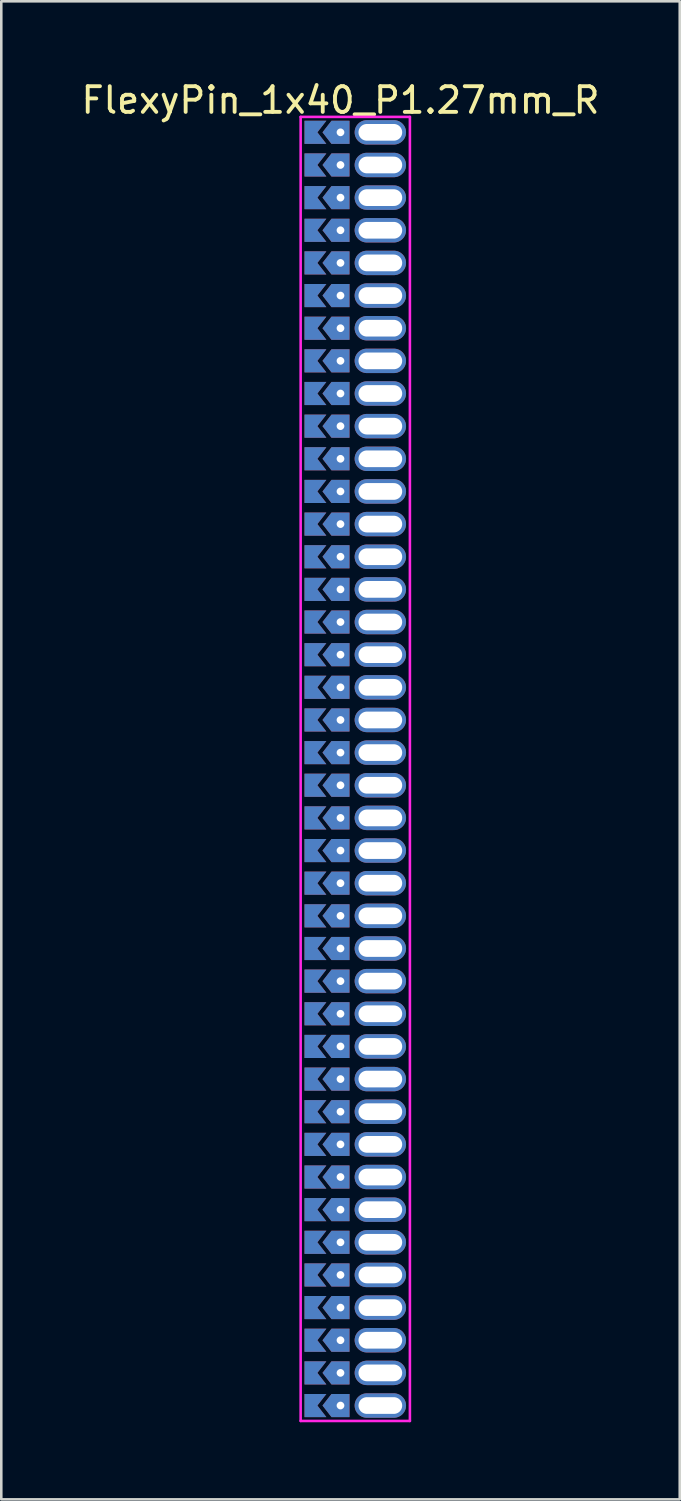
<source format=kicad_pcb>
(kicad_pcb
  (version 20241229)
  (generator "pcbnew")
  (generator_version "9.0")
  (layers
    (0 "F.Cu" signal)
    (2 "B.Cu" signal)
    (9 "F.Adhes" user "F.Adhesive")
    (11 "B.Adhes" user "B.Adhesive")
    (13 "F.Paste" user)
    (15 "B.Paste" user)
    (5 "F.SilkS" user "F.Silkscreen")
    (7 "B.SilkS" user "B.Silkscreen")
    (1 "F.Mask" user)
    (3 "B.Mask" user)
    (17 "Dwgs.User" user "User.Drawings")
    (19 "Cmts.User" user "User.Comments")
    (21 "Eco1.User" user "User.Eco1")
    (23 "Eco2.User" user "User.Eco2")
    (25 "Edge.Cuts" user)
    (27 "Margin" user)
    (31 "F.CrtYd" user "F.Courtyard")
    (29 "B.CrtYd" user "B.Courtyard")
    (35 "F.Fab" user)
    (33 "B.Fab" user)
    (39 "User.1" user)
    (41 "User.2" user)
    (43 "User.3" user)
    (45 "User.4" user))
  (footprint "FlexyPin_1x40_P1.27mm_R"
    (layer "F.Cu")
    (at 10.196 2.098)
    (property "Reference" "FlexyPin_1x40_P1.27mm_R" (at 0 -1.25 0) (layer "F.SilkS") (effects (font (size 1 1) (thickness 0.15))))
    (attr through_hole)
    (fp_line (start -1.55 -0.6) (end 2.7 -0.6) (stroke (width 0.1) (type solid)) (layer "F.CrtYd"))
    (fp_line (start -1.55 50.13) (end -1.55 -0.6) (stroke (width 0.1) (type solid)) (layer "F.CrtYd"))
    (fp_line (start 2.7 -0.6) (end 2.7 50.13) (stroke (width 0.1) (type solid)) (layer "F.CrtYd"))
    (fp_line (start 2.7 50.13) (end -1.55 50.13) (stroke (width 0.1) (type solid)) (layer "F.CrtYd"))
    (pad "" thru_hole custom (at 0 0) (size 0.3 0.3) (drill 0.6) (layers "*.Cu" "*.Mask") (options (anchor rect)) (primitives (gr_poly (pts (xy 0.35 0.45) (xy 0.35 -0.45) (xy -0.35 -0.45) (xy -0.7 0) (xy -0.35 0.45)) (width 0) (fill yes))))
    (pad "" thru_hole custom (at 0 1.27) (size 0.3 0.3) (drill 0.6) (layers "*.Cu" "*.Mask") (options (anchor rect)) (primitives (gr_poly (pts (xy 0.35 0.45) (xy 0.35 -0.45) (xy -0.35 -0.45) (xy -0.7 0) (xy -0.35 0.45)) (width 0) (fill yes))))
    (pad "" thru_hole custom (at 0 2.54) (size 0.3 0.3) (drill 0.6) (layers "*.Cu" "*.Mask") (options (anchor rect)) (primitives (gr_poly (pts (xy 0.35 0.45) (xy 0.35 -0.45) (xy -0.35 -0.45) (xy -0.7 0) (xy -0.35 0.45)) (width 0) (fill yes))))
    (pad "" thru_hole custom (at 0 3.81) (size 0.3 0.3) (drill 0.6) (layers "*.Cu" "*.Mask") (options (anchor rect)) (primitives (gr_poly (pts (xy 0.35 0.45) (xy 0.35 -0.45) (xy -0.35 -0.45) (xy -0.7 0) (xy -0.35 0.45)) (width 0) (fill yes))))
    (pad "" thru_hole custom (at 0 5.08) (size 0.3 0.3) (drill 0.6) (layers "*.Cu" "*.Mask") (options (anchor rect)) (primitives (gr_poly (pts (xy 0.35 0.45) (xy 0.35 -0.45) (xy -0.35 -0.45) (xy -0.7 0) (xy -0.35 0.45)) (width 0) (fill yes))))
    (pad "" thru_hole custom (at 0 6.35) (size 0.3 0.3) (drill 0.6) (layers "*.Cu" "*.Mask") (options (anchor rect)) (primitives (gr_poly (pts (xy 0.35 0.45) (xy 0.35 -0.45) (xy -0.35 -0.45) (xy -0.7 0) (xy -0.35 0.45)) (width 0) (fill yes))))
    (pad "" thru_hole custom (at 0 7.62) (size 0.3 0.3) (drill 0.6) (layers "*.Cu" "*.Mask") (options (anchor rect)) (primitives (gr_poly (pts (xy 0.35 0.45) (xy 0.35 -0.45) (xy -0.35 -0.45) (xy -0.7 0) (xy -0.35 0.45)) (width 0) (fill yes))))
    (pad "" thru_hole custom (at 0 8.89) (size 0.3 0.3) (drill 0.6) (layers "*.Cu" "*.Mask") (options (anchor rect)) (primitives (gr_poly (pts (xy 0.35 0.45) (xy 0.35 -0.45) (xy -0.35 -0.45) (xy -0.7 0) (xy -0.35 0.45)) (width 0) (fill yes))))
    (pad "" thru_hole custom (at 0 10.16) (size 0.3 0.3) (drill 0.6) (layers "*.Cu" "*.Mask") (options (anchor rect)) (primitives (gr_poly (pts (xy 0.35 0.45) (xy 0.35 -0.45) (xy -0.35 -0.45) (xy -0.7 0) (xy -0.35 0.45)) (width 0) (fill yes))))
    (pad "" thru_hole custom (at 0 11.43) (size 0.3 0.3) (drill 0.6) (layers "*.Cu" "*.Mask") (options (anchor rect)) (primitives (gr_poly (pts (xy 0.35 0.45) (xy 0.35 -0.45) (xy -0.35 -0.45) (xy -0.7 0) (xy -0.35 0.45)) (width 0) (fill yes))))
    (pad "" thru_hole custom (at 0 12.7) (size 0.3 0.3) (drill 0.6) (layers "*.Cu" "*.Mask") (options (anchor rect)) (primitives (gr_poly (pts (xy 0.35 0.45) (xy 0.35 -0.45) (xy -0.35 -0.45) (xy -0.7 0) (xy -0.35 0.45)) (width 0) (fill yes))))
    (pad "" thru_hole custom (at 0 13.97) (size 0.3 0.3) (drill 0.6) (layers "*.Cu" "*.Mask") (options (anchor rect)) (primitives (gr_poly (pts (xy 0.35 0.45) (xy 0.35 -0.45) (xy -0.35 -0.45) (xy -0.7 0) (xy -0.35 0.45)) (width 0) (fill yes))))
    (pad "" thru_hole custom (at 0 15.24) (size 0.3 0.3) (drill 0.6) (layers "*.Cu" "*.Mask") (options (anchor rect)) (primitives (gr_poly (pts (xy 0.35 0.45) (xy 0.35 -0.45) (xy -0.35 -0.45) (xy -0.7 0) (xy -0.35 0.45)) (width 0) (fill yes))))
    (pad "" thru_hole custom (at 0 16.51) (size 0.3 0.3) (drill 0.6) (layers "*.Cu" "*.Mask") (options (anchor rect)) (primitives (gr_poly (pts (xy 0.35 0.45) (xy 0.35 -0.45) (xy -0.35 -0.45) (xy -0.7 0) (xy -0.35 0.45)) (width 0) (fill yes))))
    (pad "" thru_hole custom (at 0 17.78) (size 0.3 0.3) (drill 0.6) (layers "*.Cu" "*.Mask") (options (anchor rect)) (primitives (gr_poly (pts (xy 0.35 0.45) (xy 0.35 -0.45) (xy -0.35 -0.45) (xy -0.7 0) (xy -0.35 0.45)) (width 0) (fill yes))))
    (pad "" thru_hole custom (at 0 19.05) (size 0.3 0.3) (drill 0.6) (layers "*.Cu" "*.Mask") (options (anchor rect)) (primitives (gr_poly (pts (xy 0.35 0.45) (xy 0.35 -0.45) (xy -0.35 -0.45) (xy -0.7 0) (xy -0.35 0.45)) (width 0) (fill yes))))
    (pad "" thru_hole custom (at 0 20.32) (size 0.3 0.3) (drill 0.6) (layers "*.Cu" "*.Mask") (options (anchor rect)) (primitives (gr_poly (pts (xy 0.35 0.45) (xy 0.35 -0.45) (xy -0.35 -0.45) (xy -0.7 0) (xy -0.35 0.45)) (width 0) (fill yes))))
    (pad "" thru_hole custom (at 0 21.59) (size 0.3 0.3) (drill 0.6) (layers "*.Cu" "*.Mask") (options (anchor rect)) (primitives (gr_poly (pts (xy 0.35 0.45) (xy 0.35 -0.45) (xy -0.35 -0.45) (xy -0.7 0) (xy -0.35 0.45)) (width 0) (fill yes))))
    (pad "" thru_hole custom (at 0 22.86) (size 0.3 0.3) (drill 0.6) (layers "*.Cu" "*.Mask") (options (anchor rect)) (primitives (gr_poly (pts (xy 0.35 0.45) (xy 0.35 -0.45) (xy -0.35 -0.45) (xy -0.7 0) (xy -0.35 0.45)) (width 0) (fill yes))))
    (pad "" thru_hole custom (at 0 24.13) (size 0.3 0.3) (drill 0.6) (layers "*.Cu" "*.Mask") (options (anchor rect)) (primitives (gr_poly (pts (xy 0.35 0.45) (xy 0.35 -0.45) (xy -0.35 -0.45) (xy -0.7 0) (xy -0.35 0.45)) (width 0) (fill yes))))
    (pad "" thru_hole custom (at 0 25.4) (size 0.3 0.3) (drill 0.6) (layers "*.Cu" "*.Mask") (options (anchor rect)) (primitives (gr_poly (pts (xy 0.35 0.45) (xy 0.35 -0.45) (xy -0.35 -0.45) (xy -0.7 0) (xy -0.35 0.45)) (width 0) (fill yes))))
    (pad "" thru_hole custom (at 0 26.67) (size 0.3 0.3) (drill 0.6) (layers "*.Cu" "*.Mask") (options (anchor rect)) (primitives (gr_poly (pts (xy 0.35 0.45) (xy 0.35 -0.45) (xy -0.35 -0.45) (xy -0.7 0) (xy -0.35 0.45)) (width 0) (fill yes))))
    (pad "" thru_hole custom (at 0 27.94) (size 0.3 0.3) (drill 0.6) (layers "*.Cu" "*.Mask") (options (anchor rect)) (primitives (gr_poly (pts (xy 0.35 0.45) (xy 0.35 -0.45) (xy -0.35 -0.45) (xy -0.7 0) (xy -0.35 0.45)) (width 0) (fill yes))))
    (pad "" thru_hole custom (at 0 29.21) (size 0.3 0.3) (drill 0.6) (layers "*.Cu" "*.Mask") (options (anchor rect)) (primitives (gr_poly (pts (xy 0.35 0.45) (xy 0.35 -0.45) (xy -0.35 -0.45) (xy -0.7 0) (xy -0.35 0.45)) (width 0) (fill yes))))
    (pad "" thru_hole custom (at 0 30.48) (size 0.3 0.3) (drill 0.6) (layers "*.Cu" "*.Mask") (options (anchor rect)) (primitives (gr_poly (pts (xy 0.35 0.45) (xy 0.35 -0.45) (xy -0.35 -0.45) (xy -0.7 0) (xy -0.35 0.45)) (width 0) (fill yes))))
    (pad "" thru_hole custom (at 0 31.75) (size 0.3 0.3) (drill 0.6) (layers "*.Cu" "*.Mask") (options (anchor rect)) (primitives (gr_poly (pts (xy 0.35 0.45) (xy 0.35 -0.45) (xy -0.35 -0.45) (xy -0.7 0) (xy -0.35 0.45)) (width 0) (fill yes))))
    (pad "" thru_hole custom (at 0 33.02) (size 0.3 0.3) (drill 0.6) (layers "*.Cu" "*.Mask") (options (anchor rect)) (primitives (gr_poly (pts (xy 0.35 0.45) (xy 0.35 -0.45) (xy -0.35 -0.45) (xy -0.7 0) (xy -0.35 0.45)) (width 0) (fill yes))))
    (pad "" thru_hole custom (at 0 34.29) (size 0.3 0.3) (drill 0.6) (layers "*.Cu" "*.Mask") (options (anchor rect)) (primitives (gr_poly (pts (xy 0.35 0.45) (xy 0.35 -0.45) (xy -0.35 -0.45) (xy -0.7 0) (xy -0.35 0.45)) (width 0) (fill yes))))
    (pad "" thru_hole custom (at 0 35.56) (size 0.3 0.3) (drill 0.6) (layers "*.Cu" "*.Mask") (options (anchor rect)) (primitives (gr_poly (pts (xy 0.35 0.45) (xy 0.35 -0.45) (xy -0.35 -0.45) (xy -0.7 0) (xy -0.35 0.45)) (width 0) (fill yes))))
    (pad "" thru_hole custom (at 0 36.83) (size 0.3 0.3) (drill 0.6) (layers "*.Cu" "*.Mask") (options (anchor rect)) (primitives (gr_poly (pts (xy 0.35 0.45) (xy 0.35 -0.45) (xy -0.35 -0.45) (xy -0.7 0) (xy -0.35 0.45)) (width 0) (fill yes))))
    (pad "" thru_hole custom (at 0 38.1) (size 0.3 0.3) (drill 0.6) (layers "*.Cu" "*.Mask") (options (anchor rect)) (primitives (gr_poly (pts (xy 0.35 0.45) (xy 0.35 -0.45) (xy -0.35 -0.45) (xy -0.7 0) (xy -0.35 0.45)) (width 0) (fill yes))))
    (pad "" thru_hole custom (at 0 39.37) (size 0.3 0.3) (drill 0.6) (layers "*.Cu" "*.Mask") (options (anchor rect)) (primitives (gr_poly (pts (xy 0.35 0.45) (xy 0.35 -0.45) (xy -0.35 -0.45) (xy -0.7 0) (xy -0.35 0.45)) (width 0) (fill yes))))
    (pad "" thru_hole custom (at 0 40.64) (size 0.3 0.3) (drill 0.6) (layers "*.Cu" "*.Mask") (options (anchor rect)) (primitives (gr_poly (pts (xy 0.35 0.45) (xy 0.35 -0.45) (xy -0.35 -0.45) (xy -0.7 0) (xy -0.35 0.45)) (width 0) (fill yes))))
    (pad "" thru_hole custom (at 0 41.91) (size 0.3 0.3) (drill 0.6) (layers "*.Cu" "*.Mask") (options (anchor rect)) (primitives (gr_poly (pts (xy 0.35 0.45) (xy 0.35 -0.45) (xy -0.35 -0.45) (xy -0.7 0) (xy -0.35 0.45)) (width 0) (fill yes))))
    (pad "" thru_hole custom (at 0 43.18) (size 0.3 0.3) (drill 0.6) (layers "*.Cu" "*.Mask") (options (anchor rect)) (primitives (gr_poly (pts (xy 0.35 0.45) (xy 0.35 -0.45) (xy -0.35 -0.45) (xy -0.7 0) (xy -0.35 0.45)) (width 0) (fill yes))))
    (pad "" thru_hole custom (at 0 44.45) (size 0.3 0.3) (drill 0.6) (layers "*.Cu" "*.Mask") (options (anchor rect)) (primitives (gr_poly (pts (xy 0.35 0.45) (xy 0.35 -0.45) (xy -0.35 -0.45) (xy -0.7 0) (xy -0.35 0.45)) (width 0) (fill yes))))
    (pad "" thru_hole custom (at 0 45.72) (size 0.3 0.3) (drill 0.6) (layers "*.Cu" "*.Mask") (options (anchor rect)) (primitives (gr_poly (pts (xy 0.35 0.45) (xy 0.35 -0.45) (xy -0.35 -0.45) (xy -0.7 0) (xy -0.35 0.45)) (width 0) (fill yes))))
    (pad "" thru_hole custom (at 0 46.99) (size 0.3 0.3) (drill 0.6) (layers "*.Cu" "*.Mask") (options (anchor rect)) (primitives (gr_poly (pts (xy 0.35 0.45) (xy 0.35 -0.45) (xy -0.35 -0.45) (xy -0.7 0) (xy -0.35 0.45)) (width 0) (fill yes))))
    (pad "" thru_hole custom (at 0 48.26) (size 0.3 0.3) (drill 0.6) (layers "*.Cu" "*.Mask") (options (anchor rect)) (primitives (gr_poly (pts (xy 0.35 0.45) (xy 0.35 -0.45) (xy -0.35 -0.45) (xy -0.7 0) (xy -0.35 0.45)) (width 0) (fill yes))))
    (pad "" thru_hole custom (at 0 49.53) (size 0.3 0.3) (drill 0.6) (layers "*.Cu" "*.Mask") (options (anchor rect)) (primitives (gr_poly (pts (xy 0.35 0.45) (xy 0.35 -0.45) (xy -0.35 -0.45) (xy -0.7 0) (xy -0.35 0.45)) (width 0) (fill yes))))
    (pad "" thru_hole oval (at 1.55 0) (size 2 0.95) (drill oval 1.7 0.65) (layers "*.Cu" "*.Mask"))
    (pad "" thru_hole oval (at 1.55 1.27) (size 2 0.95) (drill oval 1.7 0.65) (layers "*.Cu" "*.Mask"))
    (pad "" thru_hole oval (at 1.55 2.54) (size 2 0.95) (drill oval 1.7 0.65) (layers "*.Cu" "*.Mask"))
    (pad "" thru_hole oval (at 1.55 3.81) (size 2 0.95) (drill oval 1.7 0.65) (layers "*.Cu" "*.Mask"))
    (pad "" thru_hole oval (at 1.55 5.08) (size 2 0.95) (drill oval 1.7 0.65) (layers "*.Cu" "*.Mask"))
    (pad "" thru_hole oval (at 1.55 6.35) (size 2 0.95) (drill oval 1.7 0.65) (layers "*.Cu" "*.Mask"))
    (pad "" thru_hole oval (at 1.55 7.62) (size 2 0.95) (drill oval 1.7 0.65) (layers "*.Cu" "*.Mask"))
    (pad "" thru_hole oval (at 1.55 8.89) (size 2 0.95) (drill oval 1.7 0.65) (layers "*.Cu" "*.Mask"))
    (pad "" thru_hole oval (at 1.55 10.16) (size 2 0.95) (drill oval 1.7 0.65) (layers "*.Cu" "*.Mask"))
    (pad "" thru_hole oval (at 1.55 11.43) (size 2 0.95) (drill oval 1.7 0.65) (layers "*.Cu" "*.Mask"))
    (pad "" thru_hole oval (at 1.55 12.7) (size 2 0.95) (drill oval 1.7 0.65) (layers "*.Cu" "*.Mask"))
    (pad "" thru_hole oval (at 1.55 13.97) (size 2 0.95) (drill oval 1.7 0.65) (layers "*.Cu" "*.Mask"))
    (pad "" thru_hole oval (at 1.55 15.24) (size 2 0.95) (drill oval 1.7 0.65) (layers "*.Cu" "*.Mask"))
    (pad "" thru_hole oval (at 1.55 16.51) (size 2 0.95) (drill oval 1.7 0.65) (layers "*.Cu" "*.Mask"))
    (pad "" thru_hole oval (at 1.55 17.78) (size 2 0.95) (drill oval 1.7 0.65) (layers "*.Cu" "*.Mask"))
    (pad "" thru_hole oval (at 1.55 19.05) (size 2 0.95) (drill oval 1.7 0.65) (layers "*.Cu" "*.Mask"))
    (pad "" thru_hole oval (at 1.55 20.32) (size 2 0.95) (drill oval 1.7 0.65) (layers "*.Cu" "*.Mask"))
    (pad "" thru_hole oval (at 1.55 21.59) (size 2 0.95) (drill oval 1.7 0.65) (layers "*.Cu" "*.Mask"))
    (pad "" thru_hole oval (at 1.55 22.86) (size 2 0.95) (drill oval 1.7 0.65) (layers "*.Cu" "*.Mask"))
    (pad "" thru_hole oval (at 1.55 24.13) (size 2 0.95) (drill oval 1.7 0.65) (layers "*.Cu" "*.Mask"))
    (pad "" thru_hole oval (at 1.55 25.4) (size 2 0.95) (drill oval 1.7 0.65) (layers "*.Cu" "*.Mask"))
    (pad "" thru_hole oval (at 1.55 26.67) (size 2 0.95) (drill oval 1.7 0.65) (layers "*.Cu" "*.Mask"))
    (pad "" thru_hole oval (at 1.55 27.94) (size 2 0.95) (drill oval 1.7 0.65) (layers "*.Cu" "*.Mask"))
    (pad "" thru_hole oval (at 1.55 29.21) (size 2 0.95) (drill oval 1.7 0.65) (layers "*.Cu" "*.Mask"))
    (pad "" thru_hole oval (at 1.55 30.48) (size 2 0.95) (drill oval 1.7 0.65) (layers "*.Cu" "*.Mask"))
    (pad "" thru_hole oval (at 1.55 31.75) (size 2 0.95) (drill oval 1.7 0.65) (layers "*.Cu" "*.Mask"))
    (pad "" thru_hole oval (at 1.55 33.02) (size 2 0.95) (drill oval 1.7 0.65) (layers "*.Cu" "*.Mask"))
    (pad "" thru_hole oval (at 1.55 34.29) (size 2 0.95) (drill oval 1.7 0.65) (layers "*.Cu" "*.Mask"))
    (pad "" thru_hole oval (at 1.55 35.56) (size 2 0.95) (drill oval 1.7 0.65) (layers "*.Cu" "*.Mask"))
    (pad "" thru_hole oval (at 1.55 36.83) (size 2 0.95) (drill oval 1.7 0.65) (layers "*.Cu" "*.Mask"))
    (pad "" thru_hole oval (at 1.55 38.1) (size 2 0.95) (drill oval 1.7 0.65) (layers "*.Cu" "*.Mask"))
    (pad "" thru_hole oval (at 1.55 39.37) (size 2 0.95) (drill oval 1.7 0.65) (layers "*.Cu" "*.Mask"))
    (pad "" thru_hole oval (at 1.55 40.64) (size 2 0.95) (drill oval 1.7 0.65) (layers "*.Cu" "*.Mask"))
    (pad "" thru_hole oval (at 1.55 41.91) (size 2 0.95) (drill oval 1.7 0.65) (layers "*.Cu" "*.Mask"))
    (pad "" thru_hole oval (at 1.55 43.18) (size 2 0.95) (drill oval 1.7 0.65) (layers "*.Cu" "*.Mask"))
    (pad "" thru_hole oval (at 1.55 44.45) (size 2 0.95) (drill oval 1.7 0.65) (layers "*.Cu" "*.Mask"))
    (pad "" thru_hole oval (at 1.55 45.72) (size 2 0.95) (drill oval 1.7 0.65) (layers "*.Cu" "*.Mask"))
    (pad "" thru_hole oval (at 1.55 46.99) (size 2 0.95) (drill oval 1.7 0.65) (layers "*.Cu" "*.Mask"))
    (pad "" thru_hole oval (at 1.55 48.26) (size 2 0.95) (drill oval 1.7 0.65) (layers "*.Cu" "*.Mask"))
    (pad "" thru_hole oval (at 1.55 49.53) (size 2 0.95) (drill oval 1.7 0.65) (layers "*.Cu" "*.Mask"))
    (pad "1" smd custom (at -0.9 0) (size 0.01 0.01) (layers "F.Cu" "F.Mask") (options (anchor rect)) (primitives (gr_poly (pts (xy 0 0) (xy 0.35 0.45) (xy -0.5 0.45) (xy -0.5 -0.45) (xy 0.35 -0.45)) (width 0) (fill yes))))
    (pad "1" smd custom (at -0.9 1.27) (size 0.01 0.01) (layers "F.Cu" "F.Mask") (options (anchor rect)) (primitives (gr_poly (pts (xy 0 0) (xy 0.35 0.45) (xy -0.5 0.45) (xy -0.5 -0.45) (xy 0.35 -0.45)) (width 0) (fill yes))))
    (pad "1" smd custom (at -0.9 2.54) (size 0.01 0.01) (layers "F.Cu" "F.Mask") (options (anchor rect)) (primitives (gr_poly (pts (xy 0 0) (xy 0.35 0.45) (xy -0.5 0.45) (xy -0.5 -0.45) (xy 0.35 -0.45)) (width 0) (fill yes))))
    (pad "1" smd custom (at -0.9 3.81) (size 0.01 0.01) (layers "F.Cu" "F.Mask") (options (anchor rect)) (primitives (gr_poly (pts (xy 0 0) (xy 0.35 0.45) (xy -0.5 0.45) (xy -0.5 -0.45) (xy 0.35 -0.45)) (width 0) (fill yes))))
    (pad "1" smd custom (at -0.9 5.08) (size 0.01 0.01) (layers "F.Cu" "F.Mask") (options (anchor rect)) (primitives (gr_poly (pts (xy 0 0) (xy 0.35 0.45) (xy -0.5 0.45) (xy -0.5 -0.45) (xy 0.35 -0.45)) (width 0) (fill yes))))
    (pad "1" smd custom (at -0.9 6.35) (size 0.01 0.01) (layers "F.Cu" "F.Mask") (options (anchor rect)) (primitives (gr_poly (pts (xy 0 0) (xy 0.35 0.45) (xy -0.5 0.45) (xy -0.5 -0.45) (xy 0.35 -0.45)) (width 0) (fill yes))))
    (pad "1" smd custom (at -0.9 7.62) (size 0.01 0.01) (layers "F.Cu" "F.Mask") (options (anchor rect)) (primitives (gr_poly (pts (xy 0 0) (xy 0.35 0.45) (xy -0.5 0.45) (xy -0.5 -0.45) (xy 0.35 -0.45)) (width 0) (fill yes))))
    (pad "1" smd custom (at -0.9 8.89) (size 0.01 0.01) (layers "F.Cu" "F.Mask") (options (anchor rect)) (primitives (gr_poly (pts (xy 0 0) (xy 0.35 0.45) (xy -0.5 0.45) (xy -0.5 -0.45) (xy 0.35 -0.45)) (width 0) (fill yes))))
    (pad "1" smd custom (at -0.9 10.16) (size 0.01 0.01) (layers "F.Cu" "F.Mask") (options (anchor rect)) (primitives (gr_poly (pts (xy 0 0) (xy 0.35 0.45) (xy -0.5 0.45) (xy -0.5 -0.45) (xy 0.35 -0.45)) (width 0) (fill yes))))
    (pad "1" smd custom (at -0.9 11.43) (size 0.01 0.01) (layers "F.Cu" "F.Mask") (options (anchor rect)) (primitives (gr_poly (pts (xy 0 0) (xy 0.35 0.45) (xy -0.5 0.45) (xy -0.5 -0.45) (xy 0.35 -0.45)) (width 0) (fill yes))))
    (pad "1" smd custom (at -0.9 12.7) (size 0.01 0.01) (layers "F.Cu" "F.Mask") (options (anchor rect)) (primitives (gr_poly (pts (xy 0 0) (xy 0.35 0.45) (xy -0.5 0.45) (xy -0.5 -0.45) (xy 0.35 -0.45)) (width 0) (fill yes))))
    (pad "1" smd custom (at -0.9 13.97) (size 0.01 0.01) (layers "F.Cu" "F.Mask") (options (anchor rect)) (primitives (gr_poly (pts (xy 0 0) (xy 0.35 0.45) (xy -0.5 0.45) (xy -0.5 -0.45) (xy 0.35 -0.45)) (width 0) (fill yes))))
    (pad "1" smd custom (at -0.9 15.24) (size 0.01 0.01) (layers "F.Cu" "F.Mask") (options (anchor rect)) (primitives (gr_poly (pts (xy 0 0) (xy 0.35 0.45) (xy -0.5 0.45) (xy -0.5 -0.45) (xy 0.35 -0.45)) (width 0) (fill yes))))
    (pad "1" smd custom (at -0.9 16.51) (size 0.01 0.01) (layers "F.Cu" "F.Mask") (options (anchor rect)) (primitives (gr_poly (pts (xy 0 0) (xy 0.35 0.45) (xy -0.5 0.45) (xy -0.5 -0.45) (xy 0.35 -0.45)) (width 0) (fill yes))))
    (pad "1" smd custom (at -0.9 17.78) (size 0.01 0.01) (layers "F.Cu" "F.Mask") (options (anchor rect)) (primitives (gr_poly (pts (xy 0 0) (xy 0.35 0.45) (xy -0.5 0.45) (xy -0.5 -0.45) (xy 0.35 -0.45)) (width 0) (fill yes))))
    (pad "1" smd custom (at -0.9 19.05) (size 0.01 0.01) (layers "F.Cu" "F.Mask") (options (anchor rect)) (primitives (gr_poly (pts (xy 0 0) (xy 0.35 0.45) (xy -0.5 0.45) (xy -0.5 -0.45) (xy 0.35 -0.45)) (width 0) (fill yes))))
    (pad "1" smd custom (at -0.9 20.32) (size 0.01 0.01) (layers "F.Cu" "F.Mask") (options (anchor rect)) (primitives (gr_poly (pts (xy 0 0) (xy 0.35 0.45) (xy -0.5 0.45) (xy -0.5 -0.45) (xy 0.35 -0.45)) (width 0) (fill yes))))
    (pad "1" smd custom (at -0.9 21.59) (size 0.01 0.01) (layers "F.Cu" "F.Mask") (options (anchor rect)) (primitives (gr_poly (pts (xy 0 0) (xy 0.35 0.45) (xy -0.5 0.45) (xy -0.5 -0.45) (xy 0.35 -0.45)) (width 0) (fill yes))))
    (pad "1" smd custom (at -0.9 22.86) (size 0.01 0.01) (layers "F.Cu" "F.Mask") (options (anchor rect)) (primitives (gr_poly (pts (xy 0 0) (xy 0.35 0.45) (xy -0.5 0.45) (xy -0.5 -0.45) (xy 0.35 -0.45)) (width 0) (fill yes))))
    (pad "1" smd custom (at -0.9 24.13) (size 0.01 0.01) (layers "F.Cu" "F.Mask") (options (anchor rect)) (primitives (gr_poly (pts (xy 0 0) (xy 0.35 0.45) (xy -0.5 0.45) (xy -0.5 -0.45) (xy 0.35 -0.45)) (width 0) (fill yes))))
    (pad "1" smd custom (at -0.9 25.4) (size 0.01 0.01) (layers "F.Cu" "F.Mask") (options (anchor rect)) (primitives (gr_poly (pts (xy 0 0) (xy 0.35 0.45) (xy -0.5 0.45) (xy -0.5 -0.45) (xy 0.35 -0.45)) (width 0) (fill yes))))
    (pad "1" smd custom (at -0.9 26.67) (size 0.01 0.01) (layers "F.Cu" "F.Mask") (options (anchor rect)) (primitives (gr_poly (pts (xy 0 0) (xy 0.35 0.45) (xy -0.5 0.45) (xy -0.5 -0.45) (xy 0.35 -0.45)) (width 0) (fill yes))))
    (pad "1" smd custom (at -0.9 27.94) (size 0.01 0.01) (layers "F.Cu" "F.Mask") (options (anchor rect)) (primitives (gr_poly (pts (xy 0 0) (xy 0.35 0.45) (xy -0.5 0.45) (xy -0.5 -0.45) (xy 0.35 -0.45)) (width 0) (fill yes))))
    (pad "1" smd custom (at -0.9 29.21) (size 0.01 0.01) (layers "F.Cu" "F.Mask") (options (anchor rect)) (primitives (gr_poly (pts (xy 0 0) (xy 0.35 0.45) (xy -0.5 0.45) (xy -0.5 -0.45) (xy 0.35 -0.45)) (width 0) (fill yes))))
    (pad "1" smd custom (at -0.9 30.48) (size 0.01 0.01) (layers "F.Cu" "F.Mask") (options (anchor rect)) (primitives (gr_poly (pts (xy 0 0) (xy 0.35 0.45) (xy -0.5 0.45) (xy -0.5 -0.45) (xy 0.35 -0.45)) (width 0) (fill yes))))
    (pad "1" smd custom (at -0.9 31.75) (size 0.01 0.01) (layers "F.Cu" "F.Mask") (options (anchor rect)) (primitives (gr_poly (pts (xy 0 0) (xy 0.35 0.45) (xy -0.5 0.45) (xy -0.5 -0.45) (xy 0.35 -0.45)) (width 0) (fill yes))))
    (pad "1" smd custom (at -0.9 33.02) (size 0.01 0.01) (layers "F.Cu" "F.Mask") (options (anchor rect)) (primitives (gr_poly (pts (xy 0 0) (xy 0.35 0.45) (xy -0.5 0.45) (xy -0.5 -0.45) (xy 0.35 -0.45)) (width 0) (fill yes))))
    (pad "1" smd custom (at -0.9 34.29) (size 0.01 0.01) (layers "F.Cu" "F.Mask") (options (anchor rect)) (primitives (gr_poly (pts (xy 0 0) (xy 0.35 0.45) (xy -0.5 0.45) (xy -0.5 -0.45) (xy 0.35 -0.45)) (width 0) (fill yes))))
    (pad "1" smd custom (at -0.9 35.56) (size 0.01 0.01) (layers "F.Cu" "F.Mask") (options (anchor rect)) (primitives (gr_poly (pts (xy 0 0) (xy 0.35 0.45) (xy -0.5 0.45) (xy -0.5 -0.45) (xy 0.35 -0.45)) (width 0) (fill yes))))
    (pad "1" smd custom (at -0.9 36.83) (size 0.01 0.01) (layers "F.Cu" "F.Mask") (options (anchor rect)) (primitives (gr_poly (pts (xy 0 0) (xy 0.35 0.45) (xy -0.5 0.45) (xy -0.5 -0.45) (xy 0.35 -0.45)) (width 0) (fill yes))))
    (pad "1" smd custom (at -0.9 38.1) (size 0.01 0.01) (layers "F.Cu" "F.Mask") (options (anchor rect)) (primitives (gr_poly (pts (xy 0 0) (xy 0.35 0.45) (xy -0.5 0.45) (xy -0.5 -0.45) (xy 0.35 -0.45)) (width 0) (fill yes))))
    (pad "1" smd custom (at -0.9 39.37) (size 0.01 0.01) (layers "F.Cu" "F.Mask") (options (anchor rect)) (primitives (gr_poly (pts (xy 0 0) (xy 0.35 0.45) (xy -0.5 0.45) (xy -0.5 -0.45) (xy 0.35 -0.45)) (width 0) (fill yes))))
    (pad "1" smd custom (at -0.9 40.64) (size 0.01 0.01) (layers "F.Cu" "F.Mask") (options (anchor rect)) (primitives (gr_poly (pts (xy 0 0) (xy 0.35 0.45) (xy -0.5 0.45) (xy -0.5 -0.45) (xy 0.35 -0.45)) (width 0) (fill yes))))
    (pad "1" smd custom (at -0.9 41.91) (size 0.01 0.01) (layers "F.Cu" "F.Mask") (options (anchor rect)) (primitives (gr_poly (pts (xy 0 0) (xy 0.35 0.45) (xy -0.5 0.45) (xy -0.5 -0.45) (xy 0.35 -0.45)) (width 0) (fill yes))))
    (pad "1" smd custom (at -0.9 43.18) (size 0.01 0.01) (layers "F.Cu" "F.Mask") (options (anchor rect)) (primitives (gr_poly (pts (xy 0 0) (xy 0.35 0.45) (xy -0.5 0.45) (xy -0.5 -0.45) (xy 0.35 -0.45)) (width 0) (fill yes))))
    (pad "1" smd custom (at -0.9 44.45) (size 0.01 0.01) (layers "F.Cu" "F.Mask") (options (anchor rect)) (primitives (gr_poly (pts (xy 0 0) (xy 0.35 0.45) (xy -0.5 0.45) (xy -0.5 -0.45) (xy 0.35 -0.45)) (width 0) (fill yes))))
    (pad "1" smd custom (at -0.9 45.72) (size 0.01 0.01) (layers "F.Cu" "F.Mask") (options (anchor rect)) (primitives (gr_poly (pts (xy 0 0) (xy 0.35 0.45) (xy -0.5 0.45) (xy -0.5 -0.45) (xy 0.35 -0.45)) (width 0) (fill yes))))
    (pad "1" smd custom (at -0.9 46.99) (size 0.01 0.01) (layers "F.Cu" "F.Mask") (options (anchor rect)) (primitives (gr_poly (pts (xy 0 0) (xy 0.35 0.45) (xy -0.5 0.45) (xy -0.5 -0.45) (xy 0.35 -0.45)) (width 0) (fill yes))))
    (pad "1" smd custom (at -0.9 48.26) (size 0.01 0.01) (layers "F.Cu" "F.Mask") (options (anchor rect)) (primitives (gr_poly (pts (xy 0 0) (xy 0.35 0.45) (xy -0.5 0.45) (xy -0.5 -0.45) (xy 0.35 -0.45)) (width 0) (fill yes))))
    (pad "1" smd custom (at -0.9 49.53) (size 0.01 0.01) (layers "F.Cu" "F.Mask") (options (anchor rect)) (primitives (gr_poly (pts (xy 0 0) (xy 0.35 0.45) (xy -0.5 0.45) (xy -0.5 -0.45) (xy 0.35 -0.45)) (width 0) (fill yes))))
    (pad "2" smd custom (at -0.9 0) (size 0.01 0.01) (layers "B.Cu" "B.Mask") (options (anchor rect)) (primitives (gr_poly (pts (xy 0 0) (xy 0.35 0.45) (xy -0.5 0.45) (xy -0.5 -0.45) (xy 0.35 -0.45)) (width 0) (fill yes))))
    (pad "2" smd custom (at -0.9 1.27) (size 0.01 0.01) (layers "B.Cu" "B.Mask") (options (anchor rect)) (primitives (gr_poly (pts (xy 0 0) (xy 0.35 0.45) (xy -0.5 0.45) (xy -0.5 -0.45) (xy 0.35 -0.45)) (width 0) (fill yes))))
    (pad "2" smd custom (at -0.9 2.54) (size 0.01 0.01) (layers "B.Cu" "B.Mask") (options (anchor rect)) (primitives (gr_poly (pts (xy 0 0) (xy 0.35 0.45) (xy -0.5 0.45) (xy -0.5 -0.45) (xy 0.35 -0.45)) (width 0) (fill yes))))
    (pad "2" smd custom (at -0.9 3.81) (size 0.01 0.01) (layers "B.Cu" "B.Mask") (options (anchor rect)) (primitives (gr_poly (pts (xy 0 0) (xy 0.35 0.45) (xy -0.5 0.45) (xy -0.5 -0.45) (xy 0.35 -0.45)) (width 0) (fill yes))))
    (pad "2" smd custom (at -0.9 5.08) (size 0.01 0.01) (layers "B.Cu" "B.Mask") (options (anchor rect)) (primitives (gr_poly (pts (xy 0 0) (xy 0.35 0.45) (xy -0.5 0.45) (xy -0.5 -0.45) (xy 0.35 -0.45)) (width 0) (fill yes))))
    (pad "2" smd custom (at -0.9 6.35) (size 0.01 0.01) (layers "B.Cu" "B.Mask") (options (anchor rect)) (primitives (gr_poly (pts (xy 0 0) (xy 0.35 0.45) (xy -0.5 0.45) (xy -0.5 -0.45) (xy 0.35 -0.45)) (width 0) (fill yes))))
    (pad "2" smd custom (at -0.9 7.62) (size 0.01 0.01) (layers "B.Cu" "B.Mask") (options (anchor rect)) (primitives (gr_poly (pts (xy 0 0) (xy 0.35 0.45) (xy -0.5 0.45) (xy -0.5 -0.45) (xy 0.35 -0.45)) (width 0) (fill yes))))
    (pad "2" smd custom (at -0.9 8.89) (size 0.01 0.01) (layers "B.Cu" "B.Mask") (options (anchor rect)) (primitives (gr_poly (pts (xy 0 0) (xy 0.35 0.45) (xy -0.5 0.45) (xy -0.5 -0.45) (xy 0.35 -0.45)) (width 0) (fill yes))))
    (pad "2" smd custom (at -0.9 10.16) (size 0.01 0.01) (layers "B.Cu" "B.Mask") (options (anchor rect)) (primitives (gr_poly (pts (xy 0 0) (xy 0.35 0.45) (xy -0.5 0.45) (xy -0.5 -0.45) (xy 0.35 -0.45)) (width 0) (fill yes))))
    (pad "2" smd custom (at -0.9 11.43) (size 0.01 0.01) (layers "B.Cu" "B.Mask") (options (anchor rect)) (primitives (gr_poly (pts (xy 0 0) (xy 0.35 0.45) (xy -0.5 0.45) (xy -0.5 -0.45) (xy 0.35 -0.45)) (width 0) (fill yes))))
    (pad "2" smd custom (at -0.9 12.7) (size 0.01 0.01) (layers "B.Cu" "B.Mask") (options (anchor rect)) (primitives (gr_poly (pts (xy 0 0) (xy 0.35 0.45) (xy -0.5 0.45) (xy -0.5 -0.45) (xy 0.35 -0.45)) (width 0) (fill yes))))
    (pad "2" smd custom (at -0.9 13.97) (size 0.01 0.01) (layers "B.Cu" "B.Mask") (options (anchor rect)) (primitives (gr_poly (pts (xy 0 0) (xy 0.35 0.45) (xy -0.5 0.45) (xy -0.5 -0.45) (xy 0.35 -0.45)) (width 0) (fill yes))))
    (pad "2" smd custom (at -0.9 15.24) (size 0.01 0.01) (layers "B.Cu" "B.Mask") (options (anchor rect)) (primitives (gr_poly (pts (xy 0 0) (xy 0.35 0.45) (xy -0.5 0.45) (xy -0.5 -0.45) (xy 0.35 -0.45)) (width 0) (fill yes))))
    (pad "2" smd custom (at -0.9 16.51) (size 0.01 0.01) (layers "B.Cu" "B.Mask") (options (anchor rect)) (primitives (gr_poly (pts (xy 0 0) (xy 0.35 0.45) (xy -0.5 0.45) (xy -0.5 -0.45) (xy 0.35 -0.45)) (width 0) (fill yes))))
    (pad "2" smd custom (at -0.9 17.78) (size 0.01 0.01) (layers "B.Cu" "B.Mask") (options (anchor rect)) (primitives (gr_poly (pts (xy 0 0) (xy 0.35 0.45) (xy -0.5 0.45) (xy -0.5 -0.45) (xy 0.35 -0.45)) (width 0) (fill yes))))
    (pad "2" smd custom (at -0.9 19.05) (size 0.01 0.01) (layers "B.Cu" "B.Mask") (options (anchor rect)) (primitives (gr_poly (pts (xy 0 0) (xy 0.35 0.45) (xy -0.5 0.45) (xy -0.5 -0.45) (xy 0.35 -0.45)) (width 0) (fill yes))))
    (pad "2" smd custom (at -0.9 20.32) (size 0.01 0.01) (layers "B.Cu" "B.Mask") (options (anchor rect)) (primitives (gr_poly (pts (xy 0 0) (xy 0.35 0.45) (xy -0.5 0.45) (xy -0.5 -0.45) (xy 0.35 -0.45)) (width 0) (fill yes))))
    (pad "2" smd custom (at -0.9 21.59) (size 0.01 0.01) (layers "B.Cu" "B.Mask") (options (anchor rect)) (primitives (gr_poly (pts (xy 0 0) (xy 0.35 0.45) (xy -0.5 0.45) (xy -0.5 -0.45) (xy 0.35 -0.45)) (width 0) (fill yes))))
    (pad "2" smd custom (at -0.9 22.86) (size 0.01 0.01) (layers "B.Cu" "B.Mask") (options (anchor rect)) (primitives (gr_poly (pts (xy 0 0) (xy 0.35 0.45) (xy -0.5 0.45) (xy -0.5 -0.45) (xy 0.35 -0.45)) (width 0) (fill yes))))
    (pad "2" smd custom (at -0.9 24.13) (size 0.01 0.01) (layers "B.Cu" "B.Mask") (options (anchor rect)) (primitives (gr_poly (pts (xy 0 0) (xy 0.35 0.45) (xy -0.5 0.45) (xy -0.5 -0.45) (xy 0.35 -0.45)) (width 0) (fill yes))))
    (pad "2" smd custom (at -0.9 25.4) (size 0.01 0.01) (layers "B.Cu" "B.Mask") (options (anchor rect)) (primitives (gr_poly (pts (xy 0 0) (xy 0.35 0.45) (xy -0.5 0.45) (xy -0.5 -0.45) (xy 0.35 -0.45)) (width 0) (fill yes))))
    (pad "2" smd custom (at -0.9 26.67) (size 0.01 0.01) (layers "B.Cu" "B.Mask") (options (anchor rect)) (primitives (gr_poly (pts (xy 0 0) (xy 0.35 0.45) (xy -0.5 0.45) (xy -0.5 -0.45) (xy 0.35 -0.45)) (width 0) (fill yes))))
    (pad "2" smd custom (at -0.9 27.94) (size 0.01 0.01) (layers "B.Cu" "B.Mask") (options (anchor rect)) (primitives (gr_poly (pts (xy 0 0) (xy 0.35 0.45) (xy -0.5 0.45) (xy -0.5 -0.45) (xy 0.35 -0.45)) (width 0) (fill yes))))
    (pad "2" smd custom (at -0.9 29.21) (size 0.01 0.01) (layers "B.Cu" "B.Mask") (options (anchor rect)) (primitives (gr_poly (pts (xy 0 0) (xy 0.35 0.45) (xy -0.5 0.45) (xy -0.5 -0.45) (xy 0.35 -0.45)) (width 0) (fill yes))))
    (pad "2" smd custom (at -0.9 30.48) (size 0.01 0.01) (layers "B.Cu" "B.Mask") (options (anchor rect)) (primitives (gr_poly (pts (xy 0 0) (xy 0.35 0.45) (xy -0.5 0.45) (xy -0.5 -0.45) (xy 0.35 -0.45)) (width 0) (fill yes))))
    (pad "2" smd custom (at -0.9 31.75) (size 0.01 0.01) (layers "B.Cu" "B.Mask") (options (anchor rect)) (primitives (gr_poly (pts (xy 0 0) (xy 0.35 0.45) (xy -0.5 0.45) (xy -0.5 -0.45) (xy 0.35 -0.45)) (width 0) (fill yes))))
    (pad "2" smd custom (at -0.9 33.02) (size 0.01 0.01) (layers "B.Cu" "B.Mask") (options (anchor rect)) (primitives (gr_poly (pts (xy 0 0) (xy 0.35 0.45) (xy -0.5 0.45) (xy -0.5 -0.45) (xy 0.35 -0.45)) (width 0) (fill yes))))
    (pad "2" smd custom (at -0.9 34.29) (size 0.01 0.01) (layers "B.Cu" "B.Mask") (options (anchor rect)) (primitives (gr_poly (pts (xy 0 0) (xy 0.35 0.45) (xy -0.5 0.45) (xy -0.5 -0.45) (xy 0.35 -0.45)) (width 0) (fill yes))))
    (pad "2" smd custom (at -0.9 35.56) (size 0.01 0.01) (layers "B.Cu" "B.Mask") (options (anchor rect)) (primitives (gr_poly (pts (xy 0 0) (xy 0.35 0.45) (xy -0.5 0.45) (xy -0.5 -0.45) (xy 0.35 -0.45)) (width 0) (fill yes))))
    (pad "2" smd custom (at -0.9 36.83) (size 0.01 0.01) (layers "B.Cu" "B.Mask") (options (anchor rect)) (primitives (gr_poly (pts (xy 0 0) (xy 0.35 0.45) (xy -0.5 0.45) (xy -0.5 -0.45) (xy 0.35 -0.45)) (width 0) (fill yes))))
    (pad "2" smd custom (at -0.9 38.1) (size 0.01 0.01) (layers "B.Cu" "B.Mask") (options (anchor rect)) (primitives (gr_poly (pts (xy 0 0) (xy 0.35 0.45) (xy -0.5 0.45) (xy -0.5 -0.45) (xy 0.35 -0.45)) (width 0) (fill yes))))
    (pad "2" smd custom (at -0.9 39.37) (size 0.01 0.01) (layers "B.Cu" "B.Mask") (options (anchor rect)) (primitives (gr_poly (pts (xy 0 0) (xy 0.35 0.45) (xy -0.5 0.45) (xy -0.5 -0.45) (xy 0.35 -0.45)) (width 0) (fill yes))))
    (pad "2" smd custom (at -0.9 40.64) (size 0.01 0.01) (layers "B.Cu" "B.Mask") (options (anchor rect)) (primitives (gr_poly (pts (xy 0 0) (xy 0.35 0.45) (xy -0.5 0.45) (xy -0.5 -0.45) (xy 0.35 -0.45)) (width 0) (fill yes))))
    (pad "2" smd custom (at -0.9 41.91) (size 0.01 0.01) (layers "B.Cu" "B.Mask") (options (anchor rect)) (primitives (gr_poly (pts (xy 0 0) (xy 0.35 0.45) (xy -0.5 0.45) (xy -0.5 -0.45) (xy 0.35 -0.45)) (width 0) (fill yes))))
    (pad "2" smd custom (at -0.9 43.18) (size 0.01 0.01) (layers "B.Cu" "B.Mask") (options (anchor rect)) (primitives (gr_poly (pts (xy 0 0) (xy 0.35 0.45) (xy -0.5 0.45) (xy -0.5 -0.45) (xy 0.35 -0.45)) (width 0) (fill yes))))
    (pad "2" smd custom (at -0.9 44.45) (size 0.01 0.01) (layers "B.Cu" "B.Mask") (options (anchor rect)) (primitives (gr_poly (pts (xy 0 0) (xy 0.35 0.45) (xy -0.5 0.45) (xy -0.5 -0.45) (xy 0.35 -0.45)) (width 0) (fill yes))))
    (pad "2" smd custom (at -0.9 45.72) (size 0.01 0.01) (layers "B.Cu" "B.Mask") (options (anchor rect)) (primitives (gr_poly (pts (xy 0 0) (xy 0.35 0.45) (xy -0.5 0.45) (xy -0.5 -0.45) (xy 0.35 -0.45)) (width 0) (fill yes))))
    (pad "2" smd custom (at -0.9 46.99) (size 0.01 0.01) (layers "B.Cu" "B.Mask") (options (anchor rect)) (primitives (gr_poly (pts (xy 0 0) (xy 0.35 0.45) (xy -0.5 0.45) (xy -0.5 -0.45) (xy 0.35 -0.45)) (width 0) (fill yes))))
    (pad "2" smd custom (at -0.9 48.26) (size 0.01 0.01) (layers "B.Cu" "B.Mask") (options (anchor rect)) (primitives (gr_poly (pts (xy 0 0) (xy 0.35 0.45) (xy -0.5 0.45) (xy -0.5 -0.45) (xy 0.35 -0.45)) (width 0) (fill yes))))
    (pad "2" smd custom (at -0.9 49.53) (size 0.01 0.01) (layers "B.Cu" "B.Mask") (options (anchor rect)) (primitives (gr_poly (pts (xy 0 0) (xy 0.35 0.45) (xy -0.5 0.45) (xy -0.5 -0.45) (xy 0.35 -0.45)) (width 0) (fill yes)))))
  (gr_rect
    (start -3 -3)
    (end 23.393 55.278)
    (stroke (width 0.1) (type default))
    (fill no)
    (layer "Edge.Cuts")))
</source>
